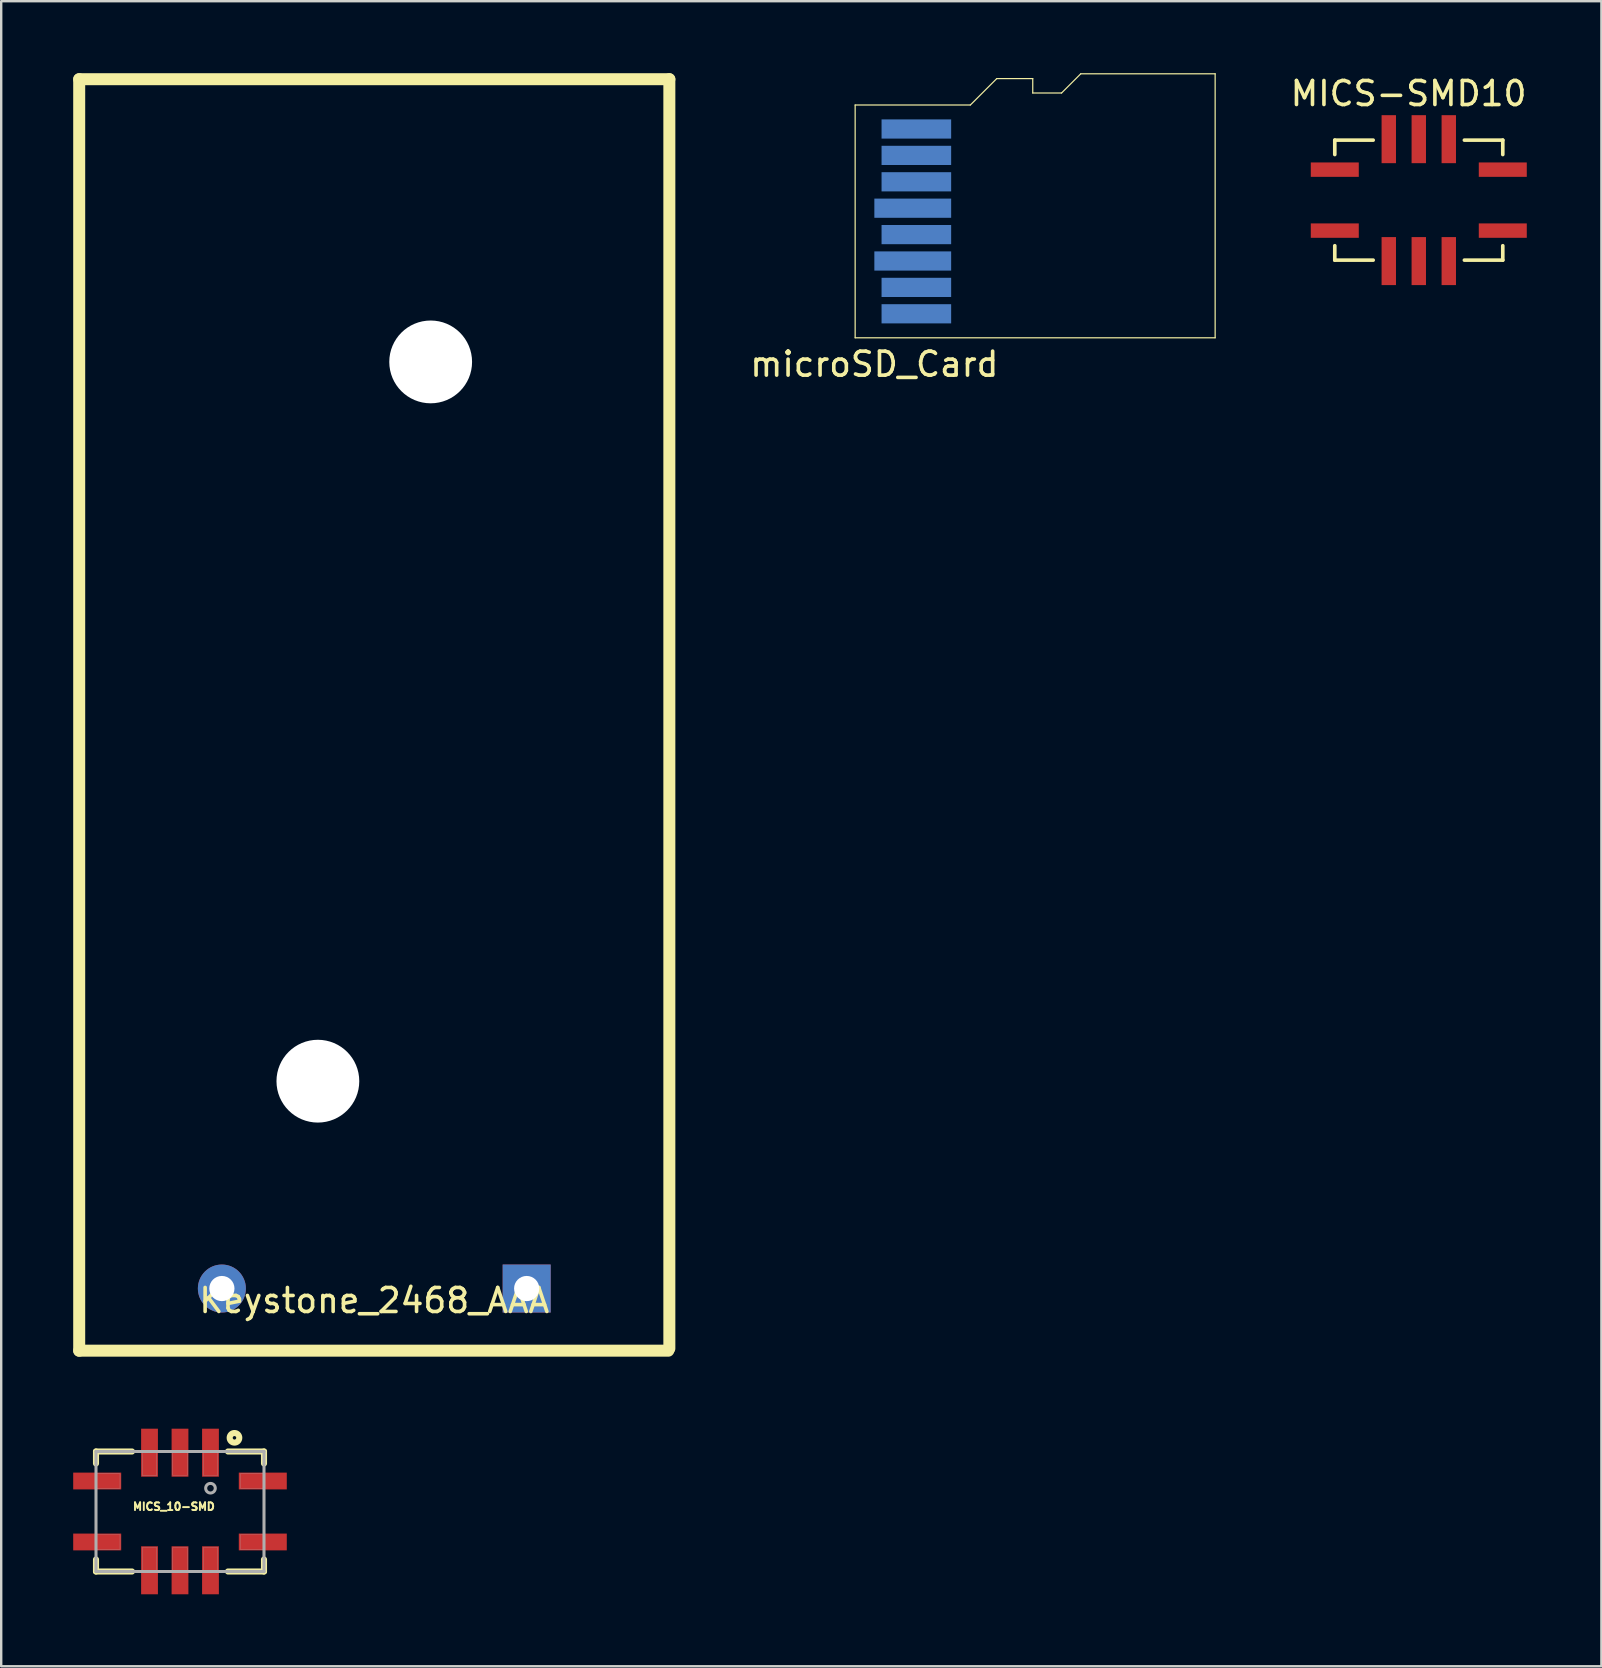
<source format=kicad_pcb>
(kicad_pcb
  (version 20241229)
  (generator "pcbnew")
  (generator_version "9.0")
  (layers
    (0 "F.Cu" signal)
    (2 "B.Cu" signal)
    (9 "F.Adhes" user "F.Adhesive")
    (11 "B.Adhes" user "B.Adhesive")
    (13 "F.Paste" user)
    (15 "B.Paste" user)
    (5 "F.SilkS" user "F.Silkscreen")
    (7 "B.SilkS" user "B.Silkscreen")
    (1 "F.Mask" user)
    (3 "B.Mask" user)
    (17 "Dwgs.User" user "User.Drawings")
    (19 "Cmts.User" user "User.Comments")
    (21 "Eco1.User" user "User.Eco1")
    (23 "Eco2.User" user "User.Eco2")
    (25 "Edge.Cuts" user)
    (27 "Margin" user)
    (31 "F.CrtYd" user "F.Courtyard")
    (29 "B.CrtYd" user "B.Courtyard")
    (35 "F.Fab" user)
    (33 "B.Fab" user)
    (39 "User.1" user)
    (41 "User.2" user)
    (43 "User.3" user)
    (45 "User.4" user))
  (footprint "Keystone_2468_AAA"
    (layer "F.Cu")
    (at 12.545 50.64)
    (property "Reference" "Keystone_2468_AAA" (at 0 0.5 0) (layer "F.SilkS") (effects (font (size 1 1) (thickness 0.15))))
    (attr through_hole)
    (fp_line (start -12.295 -50.39) (end 12.295 -50.39) (stroke (width 0.5) (type solid)) (layer "F.SilkS"))
    (fp_line (start -12.295 2.59) (end -12.295 -50.39) (stroke (width 0.5) (type solid)) (layer "F.SilkS"))
    (fp_line (start -12.295 2.59) (end 12.25 2.59) (stroke (width 0.5) (type solid)) (layer "F.SilkS"))
    (fp_line (start 12.295 -50.39) (end 12.295 2.5) (stroke (width 0.5) (type solid)) (layer "F.SilkS"))
    (pad "" np_thru_hole circle (at -2.35 -8.64) (size 3.45 3.45) (drill 3.45) (layers "*.Cu" "*.Mask"))
    (pad "" np_thru_hole circle (at 2.35 -38.61) (size 3.45 3.45) (drill 3.45) (layers "*.Cu" "*.Mask"))
    (pad "1" thru_hole circle (at -6.35 0) (size 2 2) (drill 1.05) (layers "*.Cu" "*.Mask"))
    (pad "2" thru_hole rect (at 6.35 0) (size 2 2) (drill 1.05) (layers "*.Cu" "*.Mask")))
  (footprint "MICS_10-SMD"
    (layer "F.Cu")
    (at 4.45 59.93)
    (property "Reference" "MICS_10-SMD" (at -0.255 -0.204 0) (layer "F.SilkS") (effects (font (size 0.321 0.321) (thickness 0.15))))
    (attr through_hole)
    (fp_line (start -3.5 -2.5) (end -3.5 -2) (stroke (width 0.254) (type solid)) (layer "F.SilkS"))
    (fp_line (start -3.5 -2.5) (end -2 -2.5) (stroke (width 0.254) (type solid)) (layer "F.SilkS"))
    (fp_line (start -3.5 2.5) (end -3.5 2) (stroke (width 0.254) (type solid)) (layer "F.SilkS"))
    (fp_line (start -3.5 2.5) (end -2 2.5) (stroke (width 0.254) (type solid)) (layer "F.SilkS"))
    (fp_line (start 3.5 -2.5) (end 2 -2.5) (stroke (width 0.254) (type solid)) (layer "F.SilkS"))
    (fp_line (start 3.5 -2.5) (end 3.5 -2) (stroke (width 0.254) (type solid)) (layer "F.SilkS"))
    (fp_line (start 3.5 2.5) (end 2 2.5) (stroke (width 0.254) (type solid)) (layer "F.SilkS"))
    (fp_line (start 3.5 2.5) (end 3.5 2) (stroke (width 0.254) (type solid)) (layer "F.SilkS"))
    (fp_circle (center 2.27 -3.07) (end 2.47 -3.07) (stroke (width 0.254) (type solid)) (fill no) (layer "F.SilkS"))
    (fp_line (start -3.5 -2.5) (end -3.5 2.5) (stroke (width 0.127) (type solid)) (layer "F.Fab"))
    (fp_line (start -3.5 -2.5) (end 3.5 -2.5) (stroke (width 0.127) (type solid)) (layer "F.Fab"))
    (fp_line (start -3.5 2.5) (end 3.5 2.5) (stroke (width 0.127) (type solid)) (layer "F.Fab"))
    (fp_line (start 3.5 -2.5) (end 3.5 2.5) (stroke (width 0.127) (type solid)) (layer "F.Fab"))
    (fp_circle (center 1.27 -0.97) (end 1.47 -0.97) (stroke (width 0.127) (type solid)) (fill no) (layer "F.Fab"))
    (fp_poly (pts (xy -3.509 0.97) (xy -2.5 0.97) (xy -2.5 1.574) (xy -3.509 1.574)) (stroke (width 0.01) (type solid)) (fill no) (layer "F.Fab"))
    (fp_poly (pts (xy -3.503 -1.57) (xy -2.5 -1.57) (xy -2.5 -0.971) (xy -3.503 -0.971)) (stroke (width 0.01) (type solid)) (fill no) (layer "F.Fab"))
    (fp_poly (pts (xy -1.571 1.5) (xy -0.97 1.5) (xy -0.97 2.501) (xy -1.571 2.501)) (stroke (width 0.01) (type solid)) (fill no) (layer "F.Fab"))
    (fp_poly (pts (xy -1.571 -2.5) (xy -0.97 -2.5) (xy -0.97 -1.501) (xy -1.571 -1.501)) (stroke (width 0.01) (type solid)) (fill no) (layer "F.Fab"))
    (fp_poly (pts (xy -0.301 -2.5) (xy 0.3 -2.5) (xy 0.3 -1.503) (xy -0.301 -1.503)) (stroke (width 0.01) (type solid)) (fill no) (layer "F.Fab"))
    (fp_poly (pts (xy -0.3 1.5) (xy 0.3 1.5) (xy 0.3 2.504) (xy -0.3 2.504)) (stroke (width 0.01) (type solid)) (fill no) (layer "F.Fab"))
    (fp_poly (pts (xy 0.971 -2.5) (xy 1.57 -2.5) (xy 1.57 -1.502) (xy 0.971 -1.502)) (stroke (width 0.01) (type solid)) (fill no) (layer "F.Fab"))
    (fp_poly (pts (xy 0.972 1.5) (xy 1.57 1.5) (xy 1.57 2.504) (xy 0.972 2.504)) (stroke (width 0.01) (type solid)) (fill no) (layer "F.Fab"))
    (fp_poly (pts (xy 2.506 0.97) (xy 3.5 0.97) (xy 3.5 1.574) (xy 2.506 1.574)) (stroke (width 0.01) (type solid)) (fill no) (layer "F.Fab"))
    (fp_poly (pts (xy 2.508 -1.57) (xy 3.5 -1.57) (xy 3.5 -0.973) (xy 2.508 -0.973)) (stroke (width 0.01) (type solid)) (fill no) (layer "F.Fab"))
    (pad "A" smd rect (at 1.27 -2.45) (size 0.7 2) (layers "F.Cu" "F.Mask" "F.Paste"))
    (pad "B" smd rect (at 0 -2.45) (size 0.7 2) (layers "F.Cu" "F.Mask" "F.Paste"))
    (pad "C" smd rect (at -1.27 -2.45) (size 0.7 2) (layers "F.Cu" "F.Mask" "F.Paste"))
    (pad "D" smd rect (at -3.45 -1.27) (size 2 0.7) (layers "F.Cu" "F.Mask" "F.Paste"))
    (pad "E" smd rect (at -3.45 1.27) (size 2 0.7) (layers "F.Cu" "F.Mask" "F.Paste"))
    (pad "F" smd rect (at -1.27 2.45) (size 0.7 2) (layers "F.Cu" "F.Mask" "F.Paste"))
    (pad "G" smd rect (at 0 2.45) (size 0.7 2) (layers "F.Cu" "F.Mask" "F.Paste"))
    (pad "H" smd rect (at 1.27 2.45) (size 0.7 2) (layers "F.Cu" "F.Mask" "F.Paste"))
    (pad "J" smd rect (at 3.45 1.27) (size 2 0.7) (layers "F.Cu" "F.Mask" "F.Paste"))
    (pad "K" smd rect (at 3.45 -1.27) (size 2 0.7) (layers "F.Cu" "F.Mask" "F.Paste")))
  (footprint "microSD_Card"
    (layer "F.Cu")
    (at 40.082 6.125)
    (property "Reference" "microSD_Card" (at -6.7 6 0) (layer "F.SilkS") (effects (font (size 1 1) (thickness 0.15))))
    (attr through_hole)
    (fp_line (start -7.5 -4.8) (end -7.5 4.9) (stroke (width 0.05) (type solid)) (layer "F.SilkS"))
    (fp_line (start -2.7 -4.8) (end -7.5 -4.8) (stroke (width 0.05) (type solid)) (layer "F.SilkS"))
    (fp_line (start -2.7 -4.8) (end -1.6 -5.9) (stroke (width 0.05) (type solid)) (layer "F.SilkS"))
    (fp_line (start -0.1 -5.9) (end -1.6 -5.9) (stroke (width 0.05) (type solid)) (layer "F.SilkS"))
    (fp_line (start -0.1 -5.9) (end -0.1 -5.3) (stroke (width 0.05) (type solid)) (layer "F.SilkS"))
    (fp_line (start 1.1 -5.3) (end -0.1 -5.3) (stroke (width 0.05) (type solid)) (layer "F.SilkS"))
    (fp_line (start 1.1 -5.3) (end 1.9 -6.1) (stroke (width 0.05) (type solid)) (layer "F.SilkS"))
    (fp_line (start 1.9 -6.1) (end 7.5 -6.1) (stroke (width 0.05) (type solid)) (layer "F.SilkS"))
    (fp_line (start 7.5 -6.1) (end 7.5 4.9) (stroke (width 0.05) (type solid)) (layer "F.SilkS"))
    (fp_line (start 7.5 4.9) (end -7.5 4.9) (stroke (width 0.05) (type solid)) (layer "F.SilkS"))
    (pad "1" smd rect (at -4.95 -3.8 270) (size 0.8 2.9) (layers "B.Cu" "B.Mask" "B.Paste"))
    (pad "2" smd rect (at -4.95 -2.7 270) (size 0.8 2.9) (layers "B.Cu" "B.Mask" "B.Paste"))
    (pad "3" smd rect (at -4.95 -1.6 270) (size 0.8 2.9) (layers "B.Cu" "B.Mask" "B.Paste"))
    (pad "4" smd rect (at -5.1 -0.5 270) (size 0.8 3.2) (layers "B.Cu" "B.Mask" "B.Paste"))
    (pad "5" smd rect (at -4.95 0.6 270) (size 0.8 2.9) (layers "B.Cu" "B.Mask" "B.Paste"))
    (pad "6" smd rect (at -5.1 1.7 270) (size 0.8 3.2) (layers "B.Cu" "B.Mask" "B.Paste"))
    (pad "7" smd rect (at -4.95 2.8 270) (size 0.8 2.9) (layers "B.Cu" "B.Mask" "B.Paste"))
    (pad "8" smd rect (at -4.95 3.9 270) (size 0.8 2.9) (layers "B.Cu" "B.Mask" "B.Paste")))
  (footprint "MICS-SMD10"
    (layer "F.Cu")
    (at 56.067 5.289)
    (property "Reference" "MICS-SMD10" (at -0.425 -4.44 0) (layer "F.SilkS") (effects (font (size 1.001 1.001) (thickness 0.15))))
    (attr through_hole)
    (fp_line (start -3.5 -2.5) (end -3.5 -1.9) (stroke (width 0.152) (type solid)) (layer "F.SilkS"))
    (fp_line (start -3.5 -2.5) (end -1.9 -2.5) (stroke (width 0.152) (type solid)) (layer "F.SilkS"))
    (fp_line (start -3.5 2.5) (end -3.5 1.9) (stroke (width 0.152) (type solid)) (layer "F.SilkS"))
    (fp_line (start -3.5 2.5) (end -1.9 2.5) (stroke (width 0.152) (type solid)) (layer "F.SilkS"))
    (fp_line (start 1.9 -2.5) (end 3.5 -2.5) (stroke (width 0.152) (type solid)) (layer "F.SilkS"))
    (fp_line (start 1.9 2.5) (end 3.5 2.5) (stroke (width 0.152) (type solid)) (layer "F.SilkS"))
    (fp_line (start 3.5 -2.5) (end 3.5 -1.9) (stroke (width 0.152) (type solid)) (layer "F.SilkS"))
    (fp_line (start 3.5 2.5) (end 3.5 1.9) (stroke (width 0.152) (type solid)) (layer "F.SilkS"))
    (pad "A" smd rect (at -1.25 2.54) (size 0.6 2) (layers "F.Cu" "F.Mask" "F.Paste"))
    (pad "B" smd rect (at 0 2.54) (size 0.6 2) (layers "F.Cu" "F.Mask" "F.Paste"))
    (pad "C" smd rect (at 1.25 2.54) (size 0.6 2) (layers "F.Cu" "F.Mask" "F.Paste"))
    (pad "D" smd rect (at 3.5 1.27) (size 2 0.6) (layers "F.Cu" "F.Mask" "F.Paste"))
    (pad "E" smd rect (at 3.5 -1.27) (size 2 0.6) (layers "F.Cu" "F.Mask" "F.Paste"))
    (pad "F" smd rect (at 1.25 -2.54) (size 0.6 2) (layers "F.Cu" "F.Mask" "F.Paste"))
    (pad "G" smd rect (at 0 -2.54) (size 0.6 2) (layers "F.Cu" "F.Mask" "F.Paste"))
    (pad "H" smd rect (at -1.25 -2.54) (size 0.6 2) (layers "F.Cu" "F.Mask" "F.Paste"))
    (pad "J" smd rect (at -3.5 -1.27) (size 2 0.6) (layers "F.Cu" "F.Mask" "F.Paste"))
    (pad "K" smd rect (at -3.5 1.27) (size 2 0.6) (layers "F.Cu" "F.Mask" "F.Paste")))
  (gr_rect
    (start -3 -3)
    (end 63.676 66.38)
    (stroke (width 0.1) (type default))
    (fill no)
    (layer "Edge.Cuts")))
</source>
